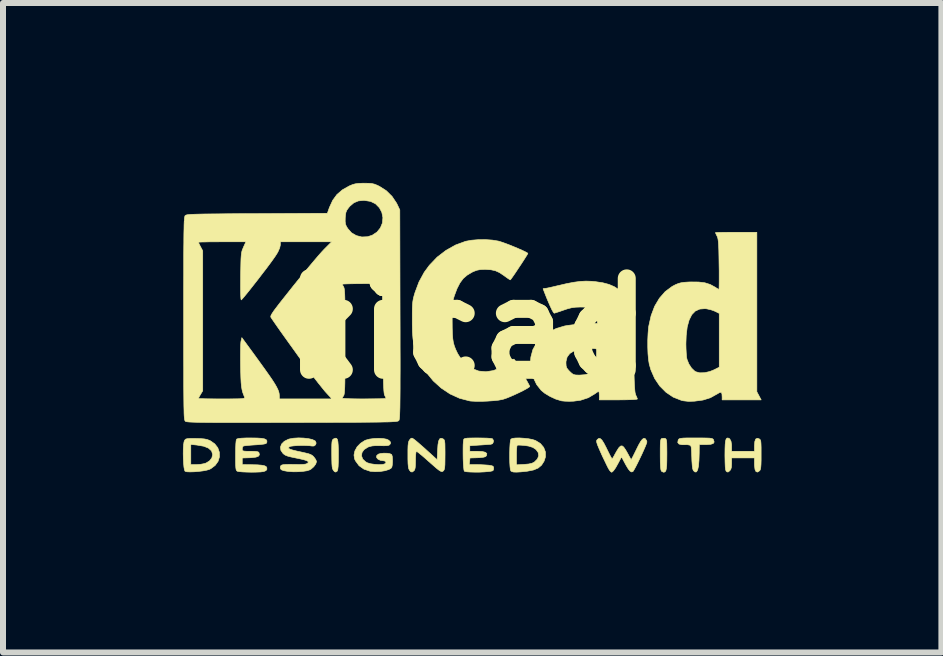
<source format=kicad_pcb>
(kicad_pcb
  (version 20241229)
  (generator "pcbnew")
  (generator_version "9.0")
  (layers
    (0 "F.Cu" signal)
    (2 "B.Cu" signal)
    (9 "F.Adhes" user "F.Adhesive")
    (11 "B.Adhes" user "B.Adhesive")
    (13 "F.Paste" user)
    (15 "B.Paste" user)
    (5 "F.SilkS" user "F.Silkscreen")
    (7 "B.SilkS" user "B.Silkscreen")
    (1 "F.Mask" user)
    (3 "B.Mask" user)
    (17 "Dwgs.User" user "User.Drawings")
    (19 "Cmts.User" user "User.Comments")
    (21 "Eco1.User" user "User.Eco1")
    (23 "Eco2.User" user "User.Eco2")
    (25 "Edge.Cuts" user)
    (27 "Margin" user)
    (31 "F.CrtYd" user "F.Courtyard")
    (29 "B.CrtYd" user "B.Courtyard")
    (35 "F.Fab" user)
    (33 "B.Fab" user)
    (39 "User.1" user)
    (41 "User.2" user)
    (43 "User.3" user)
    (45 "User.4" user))
  (footprint "kicad"
    (layer "F.Cu")
    (at 4.751 2.426)
    (property "Reference" "kicad" (at 0 0 0) (layer "F.SilkS") (effects (font (size 1.524 1.524) (thickness 0.3))))
    (attr through_hole)
    (fp_poly (pts (xy -2.19 1.832) (xy -2.176 1.85) (xy -2.167 1.888) (xy -2.162 1.948) (xy -2.159 2.035) (xy -2.159 2.11) (xy -2.16 2.22) (xy -2.163 2.3) (xy -2.169 2.351) (xy -2.177 2.377) (xy -2.178 2.378) (xy -2.203 2.395) (xy -2.225 2.387) (xy -2.245 2.362) (xy -2.256 2.341) (xy -2.263 2.308) (xy -2.267 2.259) (xy -2.269 2.188) (xy -2.27 2.093) (xy -2.27 2.001) (xy -2.269 1.937) (xy -2.266 1.894) (xy -2.261 1.868) (xy -2.252 1.852) (xy -2.241 1.843) (xy -2.237 1.841) (xy -2.21 1.83) (xy -2.19 1.832)) (stroke (width 0.01) (type solid)) (fill yes) (layer "F.SilkS"))
    (fp_poly (pts (xy 3.288 1.834) (xy 3.299 1.84) (xy 3.307 1.852) (xy 3.313 1.876) (xy 3.316 1.915) (xy 3.317 1.975) (xy 3.318 2.06) (xy 3.318 2.101) (xy 3.317 2.206) (xy 3.315 2.284) (xy 3.309 2.337) (xy 3.301 2.371) (xy 3.288 2.39) (xy 3.27 2.397) (xy 3.262 2.397) (xy 3.237 2.387) (xy 3.226 2.378) (xy 3.218 2.357) (xy 3.212 2.309) (xy 3.208 2.235) (xy 3.207 2.131) (xy 3.207 2.102) (xy 3.207 2.005) (xy 3.208 1.935) (xy 3.211 1.887) (xy 3.216 1.858) (xy 3.223 1.842) (xy 3.233 1.835) (xy 3.27 1.831) (xy 3.288 1.834)) (stroke (width 0.01) (type solid)) (fill yes) (layer "F.SilkS"))
    (fp_poly (pts (xy 3.902 1.826) (xy 3.975 1.827) (xy 4.026 1.829) (xy 4.058 1.833) (xy 4.078 1.839) (xy 4.09 1.848) (xy 4.096 1.858) (xy 4.106 1.894) (xy 4.091 1.918) (xy 4.049 1.932) (xy 3.978 1.937) (xy 3.967 1.937) (xy 3.858 1.937) (xy 3.857 2.076) (xy 3.853 2.201) (xy 3.845 2.295) (xy 3.831 2.358) (xy 3.812 2.391) (xy 3.788 2.394) (xy 3.76 2.371) (xy 3.749 2.343) (xy 3.741 2.29) (xy 3.735 2.209) (xy 3.733 2.149) (xy 3.73 2.067) (xy 3.727 2.011) (xy 3.723 1.976) (xy 3.715 1.957) (xy 3.704 1.948) (xy 3.692 1.944) (xy 3.658 1.938) (xy 3.642 1.938) (xy 3.618 1.939) (xy 3.576 1.939) (xy 3.57 1.939) (xy 3.521 1.928) (xy 3.499 1.902) (xy 3.506 1.863) (xy 3.509 1.856) (xy 3.517 1.845) (xy 3.53 1.837) (xy 3.554 1.832) (xy 3.592 1.828) (xy 3.649 1.826) (xy 3.731 1.826) (xy 3.802 1.826) (xy 3.902 1.826)) (stroke (width 0.01) (type solid)) (fill yes) (layer "F.SilkS"))
    (fp_poly (pts (xy 4.365 1.84) (xy 4.387 1.881) (xy 4.397 1.941) (xy 4.397 1.962) (xy 4.397 2.048) (xy 4.778 2.048) (xy 4.778 1.955) (xy 4.784 1.885) (xy 4.799 1.844) (xy 4.827 1.831) (xy 4.857 1.841) (xy 4.869 1.849) (xy 4.878 1.863) (xy 4.884 1.886) (xy 4.887 1.923) (xy 4.889 1.981) (xy 4.889 2.063) (xy 4.889 2.103) (xy 4.889 2.2) (xy 4.887 2.27) (xy 4.883 2.318) (xy 4.877 2.349) (xy 4.869 2.367) (xy 4.865 2.372) (xy 4.831 2.395) (xy 4.804 2.387) (xy 4.787 2.351) (xy 4.779 2.286) (xy 4.778 2.259) (xy 4.778 2.159) (xy 4.397 2.159) (xy 4.397 2.252) (xy 4.394 2.313) (xy 4.383 2.351) (xy 4.368 2.371) (xy 4.341 2.393) (xy 4.323 2.393) (xy 4.305 2.378) (xy 4.297 2.356) (xy 4.291 2.308) (xy 4.288 2.231) (xy 4.286 2.125) (xy 4.286 2.111) (xy 4.287 2.007) (xy 4.29 1.931) (xy 4.296 1.879) (xy 4.305 1.846) (xy 4.319 1.83) (xy 4.336 1.826) (xy 4.365 1.84)) (stroke (width 0.01) (type solid)) (fill yes) (layer "F.SilkS"))
    (fp_poly (pts (xy -4.538 1.835) (xy -4.455 1.837) (xy -4.396 1.842) (xy -4.35 1.851) (xy -4.31 1.866) (xy -4.296 1.872) (xy -4.221 1.924) (xy -4.17 1.989) (xy -4.144 2.063) (xy -4.142 2.141) (xy -4.165 2.216) (xy -4.213 2.283) (xy -4.284 2.337) (xy -4.31 2.35) (xy -4.354 2.363) (xy -4.416 2.375) (xy -4.489 2.384) (xy -4.563 2.39) (xy -4.631 2.392) (xy -4.684 2.39) (xy -4.714 2.382) (xy -4.715 2.382) (xy -4.725 2.36) (xy -4.734 2.313) (xy -4.738 2.27) (xy -4.62 2.27) (xy -4.525 2.27) (xy -4.46 2.266) (xy -4.396 2.254) (xy -4.365 2.244) (xy -4.307 2.208) (xy -4.269 2.159) (xy -4.256 2.104) (xy -4.271 2.049) (xy -4.278 2.038) (xy -4.326 1.995) (xy -4.404 1.964) (xy -4.509 1.946) (xy -4.512 1.945) (xy -4.62 1.934) (xy -4.62 2.27) (xy -4.738 2.27) (xy -4.74 2.248) (xy -4.744 2.172) (xy -4.746 2.092) (xy -4.745 2.015) (xy -4.741 1.948) (xy -4.734 1.897) (xy -4.727 1.873) (xy -4.716 1.856) (xy -4.702 1.844) (xy -4.678 1.838) (xy -4.639 1.835) (xy -4.577 1.835) (xy -4.538 1.835)) (stroke (width 0.01) (type solid)) (fill yes) (layer "F.SilkS"))
    (fp_poly (pts (xy 0.935 1.831) (xy 1.01 1.839) (xy 1.077 1.852) (xy 1.129 1.869) (xy 1.13 1.87) (xy 1.209 1.919) (xy 1.264 1.984) (xy 1.293 2.06) (xy 1.293 2.143) (xy 1.27 2.214) (xy 1.228 2.28) (xy 1.171 2.328) (xy 1.094 2.36) (xy 0.993 2.38) (xy 0.979 2.382) (xy 0.881 2.392) (xy 0.809 2.396) (xy 0.76 2.394) (xy 0.729 2.385) (xy 0.716 2.375) (xy 0.708 2.35) (xy 0.702 2.3) (xy 0.698 2.232) (xy 0.697 2.154) (xy 0.697 2.114) (xy 0.81 2.114) (xy 0.81 2.274) (xy 0.937 2.267) (xy 1.015 2.26) (xy 1.068 2.248) (xy 1.105 2.23) (xy 1.108 2.228) (xy 1.159 2.177) (xy 1.181 2.124) (xy 1.173 2.071) (xy 1.172 2.069) (xy 1.136 2.019) (xy 1.084 1.984) (xy 1.01 1.961) (xy 0.951 1.952) (xy 0.892 1.947) (xy 0.847 1.945) (xy 0.823 1.947) (xy 0.822 1.947) (xy 0.817 1.965) (xy 0.813 2.008) (xy 0.81 2.068) (xy 0.81 2.114) (xy 0.697 2.114) (xy 0.697 2.072) (xy 0.699 1.993) (xy 0.703 1.924) (xy 0.709 1.873) (xy 0.717 1.846) (xy 0.718 1.845) (xy 0.745 1.833) (xy 0.795 1.827) (xy 0.861 1.826) (xy 0.935 1.831)) (stroke (width 0.01) (type solid)) (fill yes) (layer "F.SilkS"))
    (fp_poly (pts (xy 0.247 1.827) (xy 0.319 1.829) (xy 0.374 1.833) (xy 0.406 1.838) (xy 0.41 1.84) (xy 0.425 1.864) (xy 0.426 1.891) (xy 0.411 1.922) (xy 0.381 1.932) (xy 0.348 1.934) (xy 0.293 1.938) (xy 0.225 1.943) (xy 0.187 1.945) (xy 0.032 1.956) (xy 0.032 2.048) (xy 0.157 2.048) (xy 0.239 2.052) (xy 0.292 2.065) (xy 0.316 2.086) (xy 0.311 2.117) (xy 0.307 2.125) (xy 0.29 2.139) (xy 0.257 2.148) (xy 0.202 2.154) (xy 0.163 2.156) (xy 0.035 2.16) (xy 0.029 2.215) (xy 0.022 2.27) (xy 0.142 2.27) (xy 0.216 2.272) (xy 0.29 2.276) (xy 0.345 2.28) (xy 0.394 2.288) (xy 0.419 2.297) (xy 0.428 2.315) (xy 0.429 2.334) (xy 0.426 2.36) (xy 0.412 2.374) (xy 0.378 2.382) (xy 0.353 2.385) (xy 0.276 2.392) (xy 0.193 2.396) (xy 0.112 2.396) (xy 0.04 2.394) (xy -0.018 2.39) (xy -0.053 2.383) (xy -0.06 2.379) (xy -0.066 2.357) (xy -0.071 2.311) (xy -0.076 2.246) (xy -0.079 2.169) (xy -0.08 2.088) (xy -0.08 2.009) (xy -0.079 1.939) (xy -0.075 1.885) (xy -0.07 1.852) (xy -0.07 1.851) (xy -0.062 1.841) (xy -0.043 1.834) (xy -0.009 1.829) (xy 0.045 1.827) (xy 0.124 1.826) (xy 0.164 1.826) (xy 0.247 1.827)) (stroke (width 0.01) (type solid)) (fill yes) (layer "F.SilkS"))
    (fp_poly (pts (xy -0.903 1.845) (xy -0.878 1.864) (xy -0.835 1.9) (xy -0.779 1.949) (xy -0.715 2.005) (xy -0.688 2.03) (xy -0.512 2.19) (xy -0.505 2.031) (xy -0.499 1.94) (xy -0.488 1.878) (xy -0.471 1.842) (xy -0.448 1.831) (xy -0.415 1.84) (xy -0.415 1.841) (xy -0.402 1.849) (xy -0.393 1.862) (xy -0.387 1.884) (xy -0.383 1.921) (xy -0.382 1.977) (xy -0.381 2.058) (xy -0.381 2.103) (xy -0.382 2.2) (xy -0.383 2.27) (xy -0.387 2.318) (xy -0.393 2.349) (xy -0.402 2.367) (xy -0.406 2.372) (xy -0.419 2.383) (xy -0.433 2.387) (xy -0.452 2.382) (xy -0.479 2.366) (xy -0.519 2.335) (xy -0.573 2.288) (xy -0.647 2.223) (xy -0.664 2.208) (xy -0.727 2.152) (xy -0.783 2.105) (xy -0.826 2.07) (xy -0.853 2.05) (xy -0.858 2.048) (xy -0.865 2.063) (xy -0.87 2.102) (xy -0.873 2.16) (xy -0.873 2.198) (xy -0.875 2.275) (xy -0.879 2.326) (xy -0.888 2.358) (xy -0.898 2.372) (xy -0.928 2.394) (xy -0.953 2.389) (xy -0.975 2.362) (xy -0.986 2.34) (xy -0.993 2.305) (xy -0.998 2.253) (xy -1 2.179) (xy -1 2.11) (xy -1 2.02) (xy -0.998 1.956) (xy -0.993 1.913) (xy -0.986 1.884) (xy -0.976 1.863) (xy -0.97 1.856) (xy -0.947 1.831) (xy -0.927 1.83) (xy -0.903 1.845)) (stroke (width 0.01) (type solid)) (fill yes) (layer "F.SilkS"))
    (fp_poly (pts (xy -1.413 1.836) (xy -1.354 1.847) (xy -1.319 1.864) (xy -1.293 1.891) (xy -1.288 1.911) (xy -1.301 1.936) (xy -1.316 1.947) (xy -1.347 1.954) (xy -1.399 1.956) (xy -1.459 1.955) (xy -1.538 1.954) (xy -1.596 1.959) (xy -1.643 1.97) (xy -1.671 1.981) (xy -1.732 2.021) (xy -1.766 2.071) (xy -1.773 2.126) (xy -1.753 2.179) (xy -1.705 2.224) (xy -1.676 2.24) (xy -1.624 2.256) (xy -1.556 2.266) (xy -1.485 2.271) (xy -1.423 2.268) (xy -1.39 2.26) (xy -1.367 2.241) (xy -1.37 2.22) (xy -1.396 2.207) (xy -1.404 2.207) (xy -1.459 2.199) (xy -1.5 2.179) (xy -1.522 2.152) (xy -1.522 2.123) (xy -1.495 2.097) (xy -1.493 2.096) (xy -1.455 2.085) (xy -1.402 2.08) (xy -1.346 2.081) (xy -1.299 2.089) (xy -1.271 2.102) (xy -1.271 2.102) (xy -1.261 2.132) (xy -1.257 2.185) (xy -1.257 2.225) (xy -1.261 2.28) (xy -1.268 2.313) (xy -1.283 2.333) (xy -1.31 2.348) (xy -1.318 2.352) (xy -1.381 2.372) (xy -1.462 2.385) (xy -1.548 2.388) (xy -1.624 2.382) (xy -1.63 2.381) (xy -1.733 2.346) (xy -1.814 2.289) (xy -1.873 2.209) (xy -1.889 2.176) (xy -1.899 2.111) (xy -1.884 2.042) (xy -1.847 1.974) (xy -1.79 1.915) (xy -1.72 1.87) (xy -1.702 1.862) (xy -1.639 1.845) (xy -1.564 1.835) (xy -1.485 1.832) (xy -1.413 1.836)) (stroke (width 0.01) (type solid)) (fill yes) (layer "F.SilkS"))
    (fp_poly (pts (xy -3.517 1.827) (xy -3.442 1.832) (xy -3.392 1.841) (xy -3.363 1.855) (xy -3.351 1.875) (xy -3.352 1.898) (xy -3.358 1.912) (xy -3.372 1.921) (xy -3.401 1.928) (xy -3.45 1.934) (xy -3.523 1.94) (xy -3.54 1.941) (xy -3.615 1.946) (xy -3.678 1.952) (xy -3.723 1.957) (xy -3.743 1.96) (xy -3.758 1.98) (xy -3.762 2.008) (xy -3.761 2.027) (xy -3.753 2.039) (xy -3.733 2.045) (xy -3.693 2.048) (xy -3.628 2.048) (xy -3.627 2.048) (xy -3.559 2.049) (xy -3.516 2.053) (xy -3.492 2.061) (xy -3.482 2.074) (xy -3.476 2.108) (xy -3.493 2.131) (xy -3.535 2.146) (xy -3.604 2.154) (xy -3.633 2.156) (xy -3.762 2.16) (xy -3.762 2.27) (xy -3.608 2.272) (xy -3.51 2.274) (xy -3.44 2.28) (xy -3.393 2.289) (xy -3.365 2.302) (xy -3.353 2.321) (xy -3.352 2.325) (xy -3.352 2.352) (xy -3.368 2.371) (xy -3.401 2.385) (xy -3.457 2.393) (xy -3.538 2.396) (xy -3.611 2.397) (xy -3.691 2.395) (xy -3.761 2.392) (xy -3.814 2.387) (xy -3.844 2.381) (xy -3.846 2.38) (xy -3.856 2.371) (xy -3.864 2.354) (xy -3.869 2.325) (xy -3.872 2.278) (xy -3.873 2.21) (xy -3.873 2.114) (xy -3.873 2.114) (xy -3.872 2.004) (xy -3.869 1.924) (xy -3.864 1.872) (xy -3.856 1.846) (xy -3.854 1.845) (xy -3.83 1.836) (xy -3.777 1.83) (xy -3.694 1.826) (xy -3.619 1.826) (xy -3.517 1.827)) (stroke (width 0.01) (type solid)) (fill yes) (layer "F.SilkS"))
    (fp_poly (pts (xy 2.954 1.836) (xy 2.96 1.841) (xy 2.981 1.873) (xy 2.985 1.893) (xy 2.978 1.918) (xy 2.96 1.964) (xy 2.933 2.026) (xy 2.901 2.097) (xy 2.865 2.172) (xy 2.83 2.244) (xy 2.798 2.307) (xy 2.771 2.356) (xy 2.754 2.383) (xy 2.75 2.387) (xy 2.728 2.393) (xy 2.704 2.379) (xy 2.675 2.344) (xy 2.638 2.283) (xy 2.626 2.261) (xy 2.562 2.141) (xy 2.509 2.241) (xy 2.464 2.322) (xy 2.428 2.373) (xy 2.402 2.396) (xy 2.395 2.397) (xy 2.378 2.385) (xy 2.359 2.361) (xy 2.34 2.329) (xy 2.313 2.275) (xy 2.28 2.206) (xy 2.244 2.132) (xy 2.211 2.058) (xy 2.182 1.992) (xy 2.162 1.943) (xy 2.158 1.933) (xy 2.146 1.891) (xy 2.147 1.867) (xy 2.161 1.849) (xy 2.185 1.833) (xy 2.208 1.837) (xy 2.235 1.862) (xy 2.267 1.912) (xy 2.307 1.989) (xy 2.317 2.01) (xy 2.349 2.075) (xy 2.376 2.128) (xy 2.396 2.163) (xy 2.404 2.175) (xy 2.415 2.162) (xy 2.435 2.129) (xy 2.451 2.099) (xy 2.48 2.047) (xy 2.509 2.001) (xy 2.521 1.984) (xy 2.547 1.961) (xy 2.571 1.958) (xy 2.598 1.978) (xy 2.63 2.024) (xy 2.662 2.08) (xy 2.689 2.13) (xy 2.71 2.168) (xy 2.721 2.187) (xy 2.722 2.187) (xy 2.73 2.176) (xy 2.749 2.141) (xy 2.775 2.089) (xy 2.803 2.032) (xy 2.846 1.945) (xy 2.881 1.884) (xy 2.909 1.848) (xy 2.932 1.833) (xy 2.954 1.836)) (stroke (width 0.01) (type solid)) (fill yes) (layer "F.SilkS"))
    (fp_poly (pts (xy -2.739 1.828) (xy -2.66 1.837) (xy -2.594 1.852) (xy -2.55 1.873) (xy -2.544 1.878) (xy -2.53 1.91) (xy -2.539 1.94) (xy -2.566 1.96) (xy -2.598 1.961) (xy -2.641 1.955) (xy -2.702 1.952) (xy -2.773 1.951) (xy -2.844 1.953) (xy -2.907 1.958) (xy -2.953 1.964) (xy -2.97 1.969) (xy -2.99 1.985) (xy -2.989 1.999) (xy -2.964 2.014) (xy -2.913 2.03) (xy -2.834 2.049) (xy -2.79 2.058) (xy -2.71 2.076) (xy -2.654 2.09) (xy -2.616 2.105) (xy -2.589 2.122) (xy -2.568 2.143) (xy -2.54 2.181) (xy -2.525 2.214) (xy -2.524 2.221) (xy -2.537 2.261) (xy -2.57 2.306) (xy -2.615 2.345) (xy -2.637 2.358) (xy -2.683 2.373) (xy -2.75 2.383) (xy -2.83 2.389) (xy -2.913 2.39) (xy -2.989 2.385) (xy -3.011 2.382) (xy -3.072 2.371) (xy -3.107 2.358) (xy -3.124 2.341) (xy -3.127 2.318) (xy -3.124 2.296) (xy -3.111 2.281) (xy -3.083 2.272) (xy -3.036 2.268) (xy -2.965 2.267) (xy -2.897 2.268) (xy -2.807 2.269) (xy -2.743 2.267) (xy -2.702 2.261) (xy -2.678 2.251) (xy -2.677 2.251) (xy -2.661 2.233) (xy -2.664 2.218) (xy -2.69 2.203) (xy -2.74 2.188) (xy -2.818 2.17) (xy -2.864 2.161) (xy -2.946 2.144) (xy -3.004 2.129) (xy -3.044 2.113) (xy -3.073 2.093) (xy -3.082 2.085) (xy -3.118 2.033) (xy -3.125 1.979) (xy -3.106 1.927) (xy -3.061 1.882) (xy -2.994 1.848) (xy -2.977 1.843) (xy -2.906 1.83) (xy -2.824 1.825) (xy -2.739 1.828)) (stroke (width 0.01) (type solid)) (fill yes) (layer "F.SilkS"))
    (fp_poly (pts (xy 4.818 -1.603) (xy 4.818 1.056) (xy 4.854 1.123) (xy 4.89 1.191) (xy 4.239 1.191) (xy 4.239 1.144) (xy 4.236 1.091) (xy 4.224 1.066) (xy 4.198 1.068) (xy 4.154 1.094) (xy 4.148 1.097) (xy 4.042 1.156) (xy 3.92 1.194) (xy 3.778 1.213) (xy 3.778 1.213) (xy 3.677 1.216) (xy 3.596 1.207) (xy 3.557 1.198) (xy 3.423 1.145) (xy 3.303 1.064) (xy 3.199 0.96) (xy 3.114 0.834) (xy 3.051 0.69) (xy 3.024 0.596) (xy 3.012 0.521) (xy 3.003 0.423) (xy 2.999 0.312) (xy 2.999 0.257) (xy 3.635 0.257) (xy 3.637 0.339) (xy 3.641 0.416) (xy 3.646 0.478) (xy 3.653 0.514) (xy 3.684 0.592) (xy 3.729 0.661) (xy 3.781 0.711) (xy 3.799 0.722) (xy 3.865 0.74) (xy 3.946 0.738) (xy 4.035 0.718) (xy 4.106 0.689) (xy 4.191 0.646) (xy 4.191 -0.251) (xy 4.116 -0.288) (xy 4.053 -0.311) (xy 3.982 -0.327) (xy 3.953 -0.33) (xy 3.866 -0.323) (xy 3.792 -0.29) (xy 3.733 -0.229) (xy 3.689 -0.141) (xy 3.657 -0.026) (xy 3.64 0.119) (xy 3.635 0.257) (xy 2.999 0.257) (xy 2.999 0.196) (xy 3.004 0.085) (xy 3.012 -0.013) (xy 3.016 -0.039) (xy 3.055 -0.214) (xy 3.114 -0.37) (xy 3.193 -0.503) (xy 3.29 -0.614) (xy 3.404 -0.699) (xy 3.458 -0.728) (xy 3.506 -0.748) (xy 3.552 -0.761) (xy 3.606 -0.769) (xy 3.679 -0.774) (xy 3.718 -0.775) (xy 3.847 -0.774) (xy 3.952 -0.761) (xy 4.04 -0.733) (xy 4.117 -0.691) (xy 4.118 -0.691) (xy 4.155 -0.667) (xy 4.181 -0.653) (xy 4.185 -0.651) (xy 4.188 -0.666) (xy 4.189 -0.709) (xy 4.19 -0.775) (xy 4.19 -0.861) (xy 4.19 -0.961) (xy 4.188 -1.068) (xy 4.186 -1.197) (xy 4.184 -1.299) (xy 4.181 -1.377) (xy 4.177 -1.436) (xy 4.172 -1.478) (xy 4.166 -1.509) (xy 4.158 -1.531) (xy 4.155 -1.538) (xy 4.137 -1.574) (xy 4.128 -1.596) (xy 4.128 -1.598) (xy 4.143 -1.599) (xy 4.185 -1.601) (xy 4.25 -1.602) (xy 4.333 -1.603) (xy 4.429 -1.603) (xy 4.473 -1.603) (xy 4.818 -1.603)) (stroke (width 0.01) (type solid)) (fill yes) (layer "F.SilkS"))
    (fp_poly (pts (xy 0.408 -1.473) (xy 0.505 -1.457) (xy 0.509 -1.456) (xy 0.556 -1.442) (xy 0.619 -1.42) (xy 0.691 -1.393) (xy 0.767 -1.362) (xy 0.841 -1.331) (xy 0.907 -1.302) (xy 0.959 -1.277) (xy 0.992 -1.259) (xy 1 -1.251) (xy 0.992 -1.235) (xy 0.969 -1.198) (xy 0.936 -1.146) (xy 0.896 -1.084) (xy 0.852 -1.018) (xy 0.809 -0.953) (xy 0.769 -0.894) (xy 0.736 -0.847) (xy 0.714 -0.817) (xy 0.707 -0.81) (xy 0.691 -0.818) (xy 0.657 -0.841) (xy 0.611 -0.874) (xy 0.602 -0.881) (xy 0.527 -0.931) (xy 0.459 -0.962) (xy 0.386 -0.978) (xy 0.295 -0.984) (xy 0.276 -0.984) (xy 0.205 -0.981) (xy 0.149 -0.97) (xy 0.091 -0.948) (xy 0.067 -0.936) (xy -0.013 -0.888) (xy -0.079 -0.831) (xy -0.133 -0.758) (xy -0.181 -0.664) (xy -0.225 -0.547) (xy -0.238 -0.505) (xy -0.248 -0.466) (xy -0.254 -0.424) (xy -0.258 -0.372) (xy -0.261 -0.304) (xy -0.262 -0.216) (xy -0.262 -0.127) (xy -0.261 -0.004) (xy -0.258 0.093) (xy -0.252 0.17) (xy -0.242 0.235) (xy -0.226 0.292) (xy -0.204 0.349) (xy -0.175 0.41) (xy -0.171 0.419) (xy -0.132 0.48) (xy -0.078 0.546) (xy -0.017 0.607) (xy 0.042 0.654) (xy 0.066 0.668) (xy 0.182 0.711) (xy 0.301 0.722) (xy 0.423 0.703) (xy 0.548 0.652) (xy 0.678 0.57) (xy 0.68 0.568) (xy 0.723 0.537) (xy 0.755 0.516) (xy 0.769 0.511) (xy 0.784 0.534) (xy 0.811 0.578) (xy 0.846 0.636) (xy 0.884 0.702) (xy 0.925 0.771) (xy 0.963 0.838) (xy 0.995 0.896) (xy 1.019 0.94) (xy 1.031 0.964) (xy 1.032 0.966) (xy 1.018 0.981) (xy 0.981 1.004) (xy 0.926 1.034) (xy 0.86 1.067) (xy 0.787 1.101) (xy 0.715 1.133) (xy 0.649 1.16) (xy 0.594 1.179) (xy 0.579 1.183) (xy 0.513 1.196) (xy 0.425 1.205) (xy 0.325 1.212) (xy 0.222 1.216) (xy 0.127 1.215) (xy 0.049 1.211) (xy 0.024 1.207) (xy -0.14 1.164) (xy -0.298 1.092) (xy -0.445 0.994) (xy -0.578 0.874) (xy -0.694 0.732) (xy -0.79 0.574) (xy -0.816 0.517) (xy -0.854 0.426) (xy -0.883 0.342) (xy -0.903 0.257) (xy -0.916 0.166) (xy -0.924 0.06) (xy -0.927 -0.067) (xy -0.927 -0.143) (xy -0.927 -0.252) (xy -0.926 -0.335) (xy -0.923 -0.399) (xy -0.918 -0.45) (xy -0.91 -0.495) (xy -0.899 -0.54) (xy -0.884 -0.59) (xy -0.883 -0.595) (xy -0.815 -0.776) (xy -0.728 -0.936) (xy -0.642 -1.053) (xy -0.513 -1.188) (xy -0.366 -1.301) (xy -0.206 -1.391) (xy -0.04 -1.452) (xy -0.032 -1.454) (xy 0.062 -1.471) (xy 0.174 -1.48) (xy 0.293 -1.481) (xy 0.408 -1.473)) (stroke (width 0.01) (type solid)) (fill yes) (layer "F.SilkS"))
    (fp_poly (pts (xy 2.061 -0.786) (xy 2.126 -0.78) (xy 2.251 -0.761) (xy 2.353 -0.734) (xy 2.441 -0.696) (xy 2.524 -0.643) (xy 2.53 -0.638) (xy 2.606 -0.564) (xy 2.672 -0.466) (xy 2.722 -0.353) (xy 2.73 -0.325) (xy 2.736 -0.29) (xy 2.742 -0.224) (xy 2.747 -0.128) (xy 2.752 -0.003) (xy 2.756 0.15) (xy 2.761 0.33) (xy 2.762 0.4) (xy 2.765 0.567) (xy 2.769 0.705) (xy 2.772 0.817) (xy 2.775 0.906) (xy 2.779 0.975) (xy 2.783 1.027) (xy 2.787 1.065) (xy 2.793 1.092) (xy 2.799 1.11) (xy 2.8 1.113) (xy 2.817 1.15) (xy 2.826 1.175) (xy 2.826 1.177) (xy 2.811 1.181) (xy 2.769 1.185) (xy 2.704 1.188) (xy 2.622 1.19) (xy 2.528 1.191) (xy 2.508 1.191) (xy 2.191 1.191) (xy 2.191 1.119) (xy 2.189 1.077) (xy 2.184 1.051) (xy 2.182 1.048) (xy 2.165 1.057) (xy 2.133 1.078) (xy 2.122 1.087) (xy 2.008 1.155) (xy 1.88 1.197) (xy 1.762 1.213) (xy 1.689 1.215) (xy 1.619 1.213) (xy 1.565 1.208) (xy 1.557 1.206) (xy 1.465 1.178) (xy 1.37 1.134) (xy 1.282 1.081) (xy 1.222 1.032) (xy 1.146 0.935) (xy 1.09 0.818) (xy 1.055 0.69) (xy 1.045 0.576) (xy 1.635 0.576) (xy 1.638 0.625) (xy 1.65 0.661) (xy 1.678 0.696) (xy 1.697 0.716) (xy 1.732 0.749) (xy 1.761 0.768) (xy 1.796 0.776) (xy 1.848 0.778) (xy 1.864 0.778) (xy 1.956 0.771) (xy 2.025 0.75) (xy 2.029 0.748) (xy 2.078 0.72) (xy 2.111 0.691) (xy 2.13 0.654) (xy 2.139 0.601) (xy 2.143 0.525) (xy 2.143 0.516) (xy 2.144 0.45) (xy 2.145 0.394) (xy 2.145 0.359) (xy 2.145 0.351) (xy 2.138 0.341) (xy 2.115 0.336) (xy 2.071 0.334) (xy 2.002 0.336) (xy 1.988 0.336) (xy 1.865 0.349) (xy 1.768 0.376) (xy 1.699 0.418) (xy 1.655 0.476) (xy 1.636 0.55) (xy 1.635 0.576) (xy 1.045 0.576) (xy 1.044 0.557) (xy 1.05 0.478) (xy 1.083 0.354) (xy 1.144 0.243) (xy 1.231 0.145) (xy 1.342 0.064) (xy 1.475 0.000078) (xy 1.613 -0.041) (xy 1.671 -0.051) (xy 1.751 -0.061) (xy 1.843 -0.069) (xy 1.935 -0.074) (xy 1.942 -0.075) (xy 2.162 -0.084) (xy 2.151 -0.139) (xy 2.124 -0.226) (xy 2.081 -0.296) (xy 2.051 -0.325) (xy 2.023 -0.342) (xy 1.988 -0.351) (xy 1.937 -0.356) (xy 1.873 -0.357) (xy 1.796 -0.354) (xy 1.729 -0.345) (xy 1.659 -0.327) (xy 1.594 -0.305) (xy 1.531 -0.283) (xy 1.479 -0.266) (xy 1.447 -0.256) (xy 1.439 -0.254) (xy 1.425 -0.269) (xy 1.401 -0.311) (xy 1.369 -0.379) (xy 1.33 -0.469) (xy 1.311 -0.515) (xy 1.287 -0.576) (xy 1.268 -0.625) (xy 1.256 -0.656) (xy 1.254 -0.662) (xy 1.267 -0.666) (xy 1.282 -0.667) (xy 1.308 -0.67) (xy 1.358 -0.68) (xy 1.424 -0.695) (xy 1.499 -0.713) (xy 1.501 -0.713) (xy 1.646 -0.747) (xy 1.767 -0.77) (xy 1.872 -0.784) (xy 1.968 -0.789) (xy 2.061 -0.786)) (stroke (width 0.01) (type solid)) (fill yes) (layer "F.SilkS"))
    (fp_poly (pts (xy -1.656 -2.42) (xy -1.602 -2.416) (xy -1.559 -2.406) (xy -1.513 -2.388) (xy -1.474 -2.369) (xy -1.361 -2.297) (xy -1.264 -2.201) (xy -1.189 -2.089) (xy -1.178 -2.067) (xy -1.135 -1.976) (xy -1.131 -0.238) (xy -1.13 0.039) (xy -1.13 0.286) (xy -1.129 0.504) (xy -1.129 0.696) (xy -1.13 0.863) (xy -1.13 1.006) (xy -1.131 1.128) (xy -1.132 1.23) (xy -1.133 1.314) (xy -1.135 1.381) (xy -1.137 1.434) (xy -1.139 1.474) (xy -1.142 1.502) (xy -1.145 1.52) (xy -1.148 1.531) (xy -1.149 1.532) (xy -1.154 1.537) (xy -1.16 1.542) (xy -1.169 1.546) (xy -1.185 1.549) (xy -1.207 1.552) (xy -1.239 1.554) (xy -1.281 1.557) (xy -1.336 1.559) (xy -1.405 1.56) (xy -1.49 1.562) (xy -1.593 1.563) (xy -1.716 1.564) (xy -1.86 1.565) (xy -2.028 1.565) (xy -2.22 1.566) (xy -2.439 1.567) (xy -2.686 1.567) (xy -2.924 1.568) (xy -3.202 1.568) (xy -3.45 1.569) (xy -3.67 1.569) (xy -3.863 1.569) (xy -4.03 1.569) (xy -4.175 1.569) (xy -4.298 1.568) (xy -4.401 1.567) (xy -4.486 1.566) (xy -4.554 1.564) (xy -4.607 1.562) (xy -4.647 1.56) (xy -4.676 1.557) (xy -4.695 1.554) (xy -4.706 1.551) (xy -4.708 1.549) (xy -4.713 1.545) (xy -4.717 1.539) (xy -4.721 1.529) (xy -4.724 1.514) (xy -4.727 1.491) (xy -4.73 1.459) (xy -4.732 1.416) (xy -4.733 1.36) (xy -4.735 1.29) (xy -4.736 1.203) (xy -4.737 1.098) (xy -4.738 0.974) (xy -4.738 0.827) (xy -4.738 0.657) (xy -4.739 0.462) (xy -4.739 0.239) (xy -4.739 -0.012) (xy -4.739 -0.165) (xy -4.739 -0.434) (xy -4.739 -0.674) (xy -4.738 -0.886) (xy -4.738 -1.071) (xy -4.738 -1.231) (xy -4.737 -1.369) (xy -4.736 -1.437) (xy -4.493 -1.437) (xy -4.486 -1.42) (xy -4.469 -1.385) (xy -4.457 -1.362) (xy -4.421 -1.294) (xy -4.421 1.04) (xy -4.457 1.1) (xy -4.479 1.138) (xy -4.491 1.163) (xy -4.493 1.168) (xy -4.477 1.17) (xy -4.435 1.171) (xy -4.369 1.173) (xy -4.284 1.174) (xy -4.185 1.175) (xy -4.102 1.175) (xy -3.981 1.175) (xy -3.888 1.174) (xy -3.819 1.173) (xy -3.772 1.171) (xy -3.742 1.167) (xy -3.726 1.162) (xy -3.721 1.156) (xy -3.723 1.147) (xy -3.723 1.147) (xy -3.742 1.1) (xy -3.757 1.058) (xy -3.767 1.014) (xy -3.775 0.964) (xy -3.781 0.902) (xy -3.785 0.822) (xy -3.788 0.72) (xy -3.79 0.635) (xy -3.791 0.528) (xy -3.791 0.427) (xy -3.79 0.34) (xy -3.788 0.271) (xy -3.785 0.226) (xy -3.783 0.215) (xy -3.769 0.153) (xy -3.578 0.414) (xy -3.475 0.556) (xy -3.389 0.675) (xy -3.319 0.774) (xy -3.263 0.855) (xy -3.22 0.922) (xy -3.189 0.976) (xy -3.167 1.021) (xy -3.153 1.058) (xy -3.146 1.09) (xy -3.144 1.121) (xy -3.144 1.123) (xy -3.143 1.175) (xy -2.266 1.175) (xy -2.277 1.163) (xy -2.095 1.163) (xy -2.08 1.166) (xy -2.038 1.169) (xy -1.972 1.172) (xy -1.889 1.174) (xy -1.791 1.175) (xy -1.73 1.175) (xy -1.627 1.174) (xy -1.534 1.173) (xy -1.458 1.172) (xy -1.402 1.17) (xy -1.37 1.167) (xy -1.365 1.166) (xy -1.372 1.147) (xy -1.388 1.114) (xy -1.393 1.099) (xy -1.397 1.074) (xy -1.401 1.036) (xy -1.404 0.983) (xy -1.407 0.913) (xy -1.409 0.823) (xy -1.412 0.711) (xy -1.414 0.575) (xy -1.416 0.412) (xy -1.417 0.221) (xy -1.418 0.161) (xy -1.426 -0.749) (xy -1.756 -0.747) (xy -1.855 -0.746) (xy -1.943 -0.745) (xy -2.014 -0.743) (xy -2.065 -0.741) (xy -2.091 -0.739) (xy -2.092 -0.739) (xy -2.089 -0.723) (xy -2.073 -0.696) (xy -2.068 -0.685) (xy -2.063 -0.669) (xy -2.059 -0.644) (xy -2.056 -0.608) (xy -2.053 -0.559) (xy -2.051 -0.495) (xy -2.05 -0.411) (xy -2.049 -0.307) (xy -2.048 -0.179) (xy -2.048 -0.025) (xy -2.048 0.157) (xy -2.048 0.215) (xy -2.048 0.407) (xy -2.048 0.571) (xy -2.049 0.707) (xy -2.05 0.819) (xy -2.051 0.909) (xy -2.053 0.979) (xy -2.056 1.032) (xy -2.059 1.071) (xy -2.063 1.097) (xy -2.067 1.113) (xy -2.071 1.12) (xy -2.089 1.148) (xy -2.095 1.163) (xy -2.277 1.163) (xy -2.344 1.091) (xy -2.383 1.048) (xy -2.434 0.985) (xy -2.492 0.913) (xy -2.551 0.837) (xy -2.566 0.818) (xy -2.616 0.75) (xy -2.676 0.668) (xy -2.744 0.575) (xy -2.817 0.475) (xy -2.892 0.37) (xy -2.967 0.266) (xy -3.04 0.164) (xy -3.108 0.069) (xy -3.168 -0.016) (xy -3.218 -0.088) (xy -3.256 -0.143) (xy -3.279 -0.177) (xy -3.284 -0.185) (xy -3.287 -0.195) (xy -3.285 -0.21) (xy -3.276 -0.23) (xy -3.259 -0.258) (xy -3.232 -0.298) (xy -3.192 -0.351) (xy -3.14 -0.419) (xy -3.072 -0.505) (xy -2.987 -0.612) (xy -2.91 -0.709) (xy -2.818 -0.823) (xy -2.727 -0.934) (xy -2.64 -1.039) (xy -2.561 -1.133) (xy -2.492 -1.214) (xy -2.436 -1.277) (xy -2.397 -1.319) (xy -2.394 -1.322) (xy -2.271 -1.445) (xy -3.127 -1.445) (xy -3.127 -1.392) (xy -3.138 -1.342) (xy -3.167 -1.276) (xy -3.187 -1.242) (xy -3.213 -1.202) (xy -3.253 -1.145) (xy -3.304 -1.075) (xy -3.363 -0.996) (xy -3.428 -0.912) (xy -3.494 -0.825) (xy -3.56 -0.741) (xy -3.622 -0.662) (xy -3.678 -0.592) (xy -3.724 -0.536) (xy -3.758 -0.496) (xy -3.777 -0.477) (xy -3.779 -0.476) (xy -3.784 -0.492) (xy -3.787 -0.537) (xy -3.789 -0.608) (xy -3.79 -0.705) (xy -3.789 -0.824) (xy -3.789 -0.87) (xy -3.787 -0.993) (xy -3.785 -1.088) (xy -3.783 -1.16) (xy -3.779 -1.215) (xy -3.774 -1.256) (xy -3.768 -1.287) (xy -3.759 -1.315) (xy -3.747 -1.342) (xy -3.742 -1.355) (xy -3.701 -1.445) (xy -4.097 -1.445) (xy -4.205 -1.444) (xy -4.302 -1.444) (xy -4.384 -1.442) (xy -4.445 -1.441) (xy -4.483 -1.439) (xy -4.493 -1.437) (xy -4.736 -1.437) (xy -4.736 -1.485) (xy -4.735 -1.583) (xy -4.733 -1.662) (xy -4.732 -1.726) (xy -4.73 -1.777) (xy -4.729 -1.784) (xy -2.046 -1.784) (xy -2.041 -1.741) (xy -2.026 -1.703) (xy -2.003 -1.666) (xy -1.941 -1.595) (xy -1.86 -1.548) (xy -1.769 -1.525) (xy -1.674 -1.529) (xy -1.595 -1.554) (xy -1.516 -1.606) (xy -1.459 -1.676) (xy -1.425 -1.758) (xy -1.417 -1.847) (xy -1.435 -1.936) (xy -1.475 -2.012) (xy -1.54 -2.078) (xy -1.622 -2.118) (xy -1.722 -2.134) (xy -1.738 -2.135) (xy -1.827 -2.126) (xy -1.901 -2.095) (xy -1.967 -2.039) (xy -1.99 -2.011) (xy -2.018 -1.972) (xy -2.034 -1.933) (xy -2.042 -1.881) (xy -2.045 -1.845) (xy -2.046 -1.784) (xy -4.729 -1.784) (xy -4.727 -1.815) (xy -4.725 -1.842) (xy -4.721 -1.861) (xy -4.718 -1.874) (xy -4.714 -1.881) (xy -4.712 -1.882) (xy -4.705 -1.887) (xy -4.693 -1.892) (xy -4.674 -1.896) (xy -4.645 -1.899) (xy -4.605 -1.902) (xy -4.551 -1.904) (xy -4.481 -1.906) (xy -4.393 -1.908) (xy -4.286 -1.909) (xy -4.156 -1.91) (xy -4.001 -1.912) (xy -3.82 -1.913) (xy -3.61 -1.914) (xy -3.515 -1.914) (xy -2.343 -1.92) (xy -2.309 -2.016) (xy -2.254 -2.136) (xy -2.184 -2.232) (xy -2.092 -2.311) (xy -1.975 -2.377) (xy -1.974 -2.377) (xy -1.924 -2.398) (xy -1.878 -2.411) (xy -1.826 -2.418) (xy -1.756 -2.421) (xy -1.73 -2.421) (xy -1.656 -2.42)) (stroke (width 0.01) (type solid)) (fill yes) (layer "F.SilkS")))
  (gr_rect
    (start -3 -3)
    (end 12.646 7.828)
    (stroke (width 0.1) (type default))
    (fill no)
    (layer "Edge.Cuts")))
</source>
